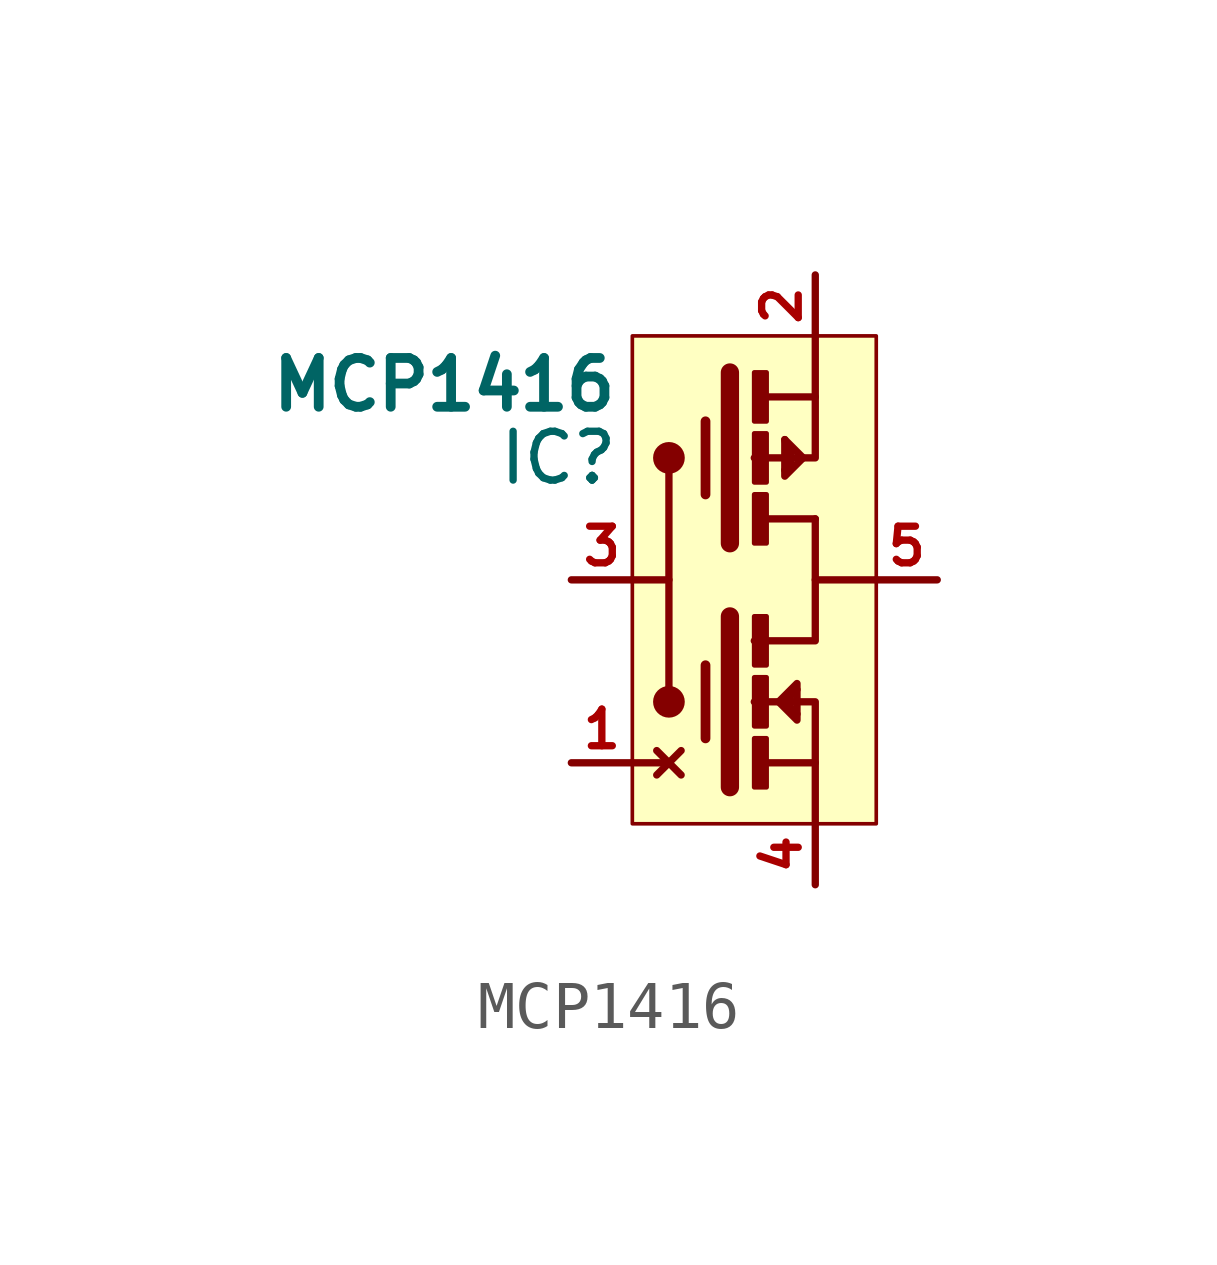
<source format=kicad_sym>
(kicad_symbol_lib
  (version 20220914)
  (generator kicad_symbol_editor)
  (symbol "MCP1416"
    (pin_names hide)
    (property "Reference" "IC"
      (at -2.794 2.54 0)
      (effects (font (size 1.016 1.016)) (justify right)))
    (property "Value" "MCP1416"
      (at -2.794 4.064 0)
      (effects (font (size 1.016 1.016) bold) (justify right)))
    (symbol "MCP1416_0_1"
      (rectangle (start -2.54 5.08) (end 2.54 -5.08) (stroke (width 0.076) (type solid)) (fill (type background)))
      (circle (center -1.778 -2.54) (radius 0.254) (stroke (width 0) (type solid)) (fill (type outline)))
      (circle (center -1.778 2.54) (radius 0.254) (stroke (width 0) (type solid)) (fill (type outline)))
      (polyline (pts (xy -2.54 -3.81) (xy -1.778 -3.81)) (stroke (width 0) (type solid)) (fill (type none)))
      (polyline (pts (xy -2.032 -3.556) (xy -1.524 -4.064)) (stroke (width 0) (type solid)) (fill (type none)))
      (polyline (pts (xy -1.778 -2.54) (xy -1.778 2.54)) (stroke (width 0) (type solid)) (fill (type none)))
      (polyline (pts (xy -1.778 0) (xy -2.54 0)) (stroke (width 0) (type solid)) (fill (type none)))
      (polyline (pts (xy -1.524 -3.556) (xy -2.032 -4.064)) (stroke (width 0) (type solid)) (fill (type none)))
      (polyline (pts (xy -1.016 -1.778) (xy -1.016 -3.302)) (stroke (width 0.203) (type solid)) (fill (type none)))
      (polyline (pts (xy -1.016 3.302) (xy -1.016 1.778)) (stroke (width 0.203) (type solid)) (fill (type none)))
      (polyline (pts (xy 1.27 0) (xy 2.54 0)) (stroke (width 0) (type solid)) (fill (type none)))
      (polyline (pts (xy 1.27 1.27) (xy 0.254 1.27)) (stroke (width 0) (type solid)) (fill (type none))))
    (symbol "MCP1416_1_1"
      (polyline (pts (xy -0.508 -0.762) (xy -0.508 -4.318)) (stroke (width 0.381) (type solid)) (fill (type none)))
      (polyline (pts (xy -0.508 4.318) (xy -0.508 0.762)) (stroke (width 0.381) (type solid)) (fill (type none)))
      (polyline (pts (xy 0.254 3.81) (xy 1.27 3.81)) (stroke (width 0) (type solid)) (fill (type none)))
      (polyline (pts (xy 0.635 -2.54) (xy 0.889 -2.54)) (stroke (width 0) (type solid)) (fill (type none)))
      (polyline (pts (xy 0.762 2.667) (xy 0.762 2.413)) (stroke (width 0) (type solid)) (fill (type none)))
      (polyline (pts (xy 0 -2.54) (xy 1.27 -2.54) (xy 1.27 -3.81)) (stroke (width 0) (type solid)) (fill (type none)))
      (polyline (pts (xy 0 -1.27) (xy 1.27 -1.27) (xy 1.27 1.27)) (stroke (width 0) (type solid)) (fill (type none)))
      (polyline (pts (xy 0.254 -3.81) (xy 1.27 -3.81) (xy 1.27 -5.08)) (stroke (width 0) (type solid)) (fill (type none)))
      (polyline (pts (xy 0.635 2.286) (xy 0.762 2.413) (xy 0.635 2.921)) (stroke (width 0) (type solid)) (fill (type none)))
      (polyline (pts (xy 0.889 -2.286) (xy 0.635 -2.54) (xy 0.889 -2.794)) (stroke (width 0) (type solid)) (fill (type none)))
      (polyline (pts (xy 1.27 5.08) (xy 1.27 2.54) (xy 0 2.54)) (stroke (width 0) (type solid)) (fill (type none)))
      (polyline (pts (xy 0.508 -2.54) (xy 0.889 -2.159) (xy 0.889 -2.921) (xy 0.508 -2.54)) (stroke (width 0) (type solid)) (fill (type none)))
      (polyline (pts (xy 1.016 2.54) (xy 0.635 2.921) (xy 0.635 2.159) (xy 1.016 2.54)) (stroke (width 0) (type solid)) (fill (type none)))
      (polyline (pts (xy 0 -3.302) (xy 0 -4.318) (xy 0.254 -4.318) (xy 0.254 -3.302) (xy 0 -3.302)) (stroke (width 0.102) (type solid)) (fill (type outline)))
      (polyline (pts (xy 0 -2.032) (xy 0 -3.048) (xy 0.254 -3.048) (xy 0.254 -2.032) (xy 0 -2.032)) (stroke (width 0.102) (type solid)) (fill (type outline)))
      (polyline (pts (xy 0 -0.762) (xy 0 -1.778) (xy 0.254 -1.778) (xy 0.254 -0.762) (xy 0 -0.762)) (stroke (width 0.102) (type solid)) (fill (type outline)))
      (polyline (pts (xy 0 1.778) (xy 0 0.762) (xy 0.254 0.762) (xy 0.254 1.778) (xy 0 1.778)) (stroke (width 0.102) (type solid)) (fill (type outline)))
      (polyline (pts (xy 0 3.048) (xy 0 2.032) (xy 0.254 2.032) (xy 0.254 3.048) (xy 0 3.048)) (stroke (width 0.102) (type solid)) (fill (type outline)))
      (polyline (pts (xy 0 4.318) (xy 0 3.302) (xy 0.254 3.302) (xy 0.254 4.318) (xy 0 4.318)) (stroke (width 0.102) (type solid)) (fill (type outline)))
      (pin passive line (at -3.81 -3.81 0) (length 1.27) (name "NC" (effects (font (size 0.762 0.762)))) (number "1" (effects (font (size 0.762 0.762)))))
      (pin power_in line (at 1.27 6.35 270) (length 1.27) (name "VCC" (effects (font (size 0.762 0.762)))) (number "2" (effects (font (size 0.762 0.762)))))
      (pin input line (at -3.81 0 0) (length 1.27) (name "IN" (effects (font (size 0.762 0.762)))) (number "3" (effects (font (size 0.762 0.762)))))
      (pin power_in line (at 1.27 -6.35 90) (length 1.27) (name "GND" (effects (font (size 0.762 0.762)))) (number "4" (effects (font (size 0.762 0.762)))))
      (pin output line (at 3.81 0 180) (length 1.27) (name "OUT" (effects (font (size 0.762 0.762)))) (number "5" (effects (font (size 0.762 0.762))))))))
</source>
